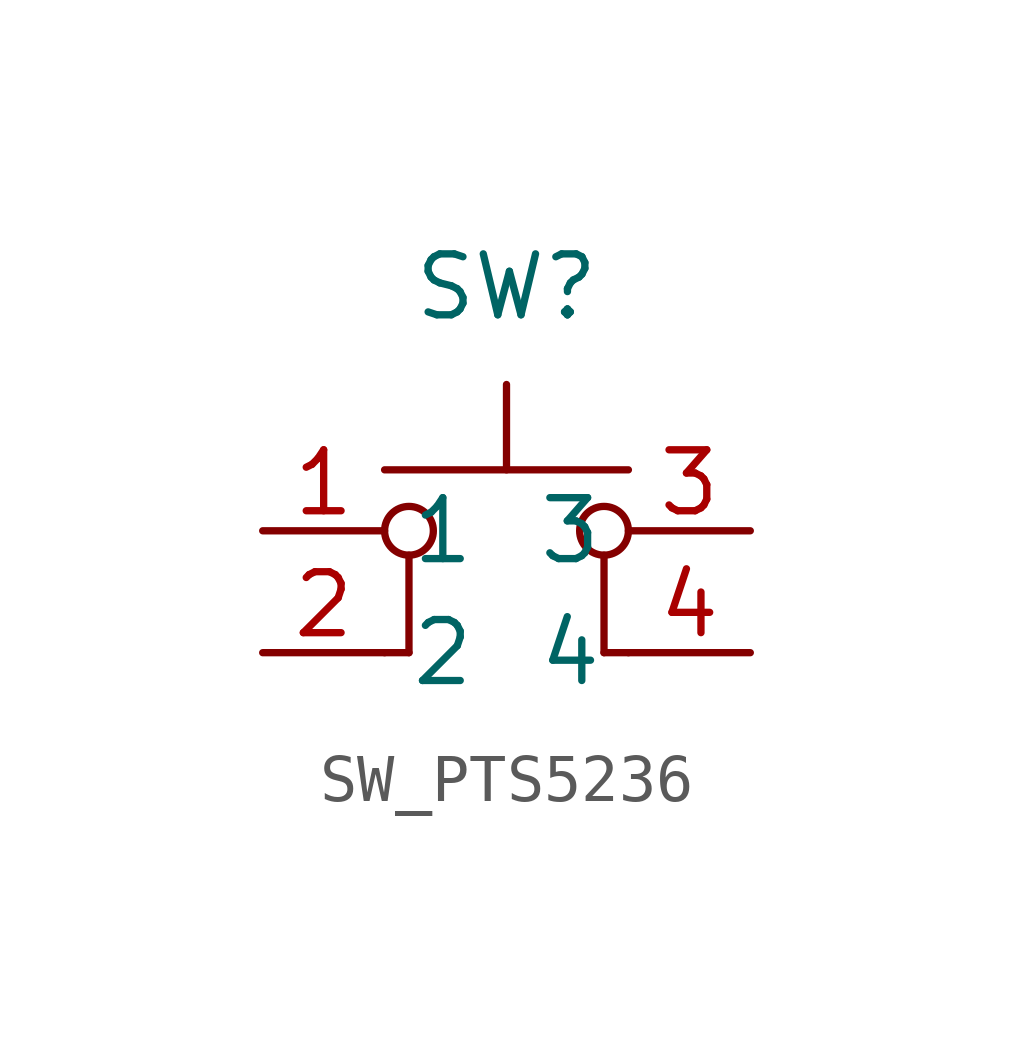
<source format=kicad_sym>
(kicad_symbol_lib
  (version 20231120)
  (generator "kicad_symbol_editor")
  (generator_version "8.0")
  (symbol "SW_PTS5236"
    (property "Reference" "SW"
      (at 0 0 0)
      (effects (font (size 1.27 1.27))))
    (property "Value" ""
      (at 0 0 0)
      (effects (font (size 1.27 1.27))))
    (symbol "SW_PTS5236_0_1"
      (circle (center -2.032 -5.08) (radius 0.508) (stroke (width 0) (type default)) (fill (type none)))
      (polyline (pts (xy -2.54 -7.62) (xy -2.032 -7.62)) (stroke (width 0) (type default)) (fill (type none)))
      (polyline (pts (xy -2.032 -5.588) (xy -2.032 -7.62)) (stroke (width 0) (type default)) (fill (type none)))
      (polyline (pts (xy 0 -3.81) (xy 0 -2.032)) (stroke (width 0) (type default)) (fill (type none)))
      (polyline (pts (xy 2.032 -5.588) (xy 2.032 -7.62)) (stroke (width 0) (type default)) (fill (type none)))
      (polyline (pts (xy 2.54 -7.62) (xy 2.032 -7.62)) (stroke (width 0) (type default)) (fill (type none)))
      (polyline (pts (xy 2.54 -3.81) (xy -2.54 -3.81)) (stroke (width 0) (type default)) (fill (type none)))
      (circle (center 2.032 -5.08) (radius 0.508) (stroke (width 0) (type default)) (fill (type none)))
      (pin passive line (at -5.08 -5.08 0) (length 2.54) (name "1" (effects (font (size 1.27 1.27)))) (number "1" (effects (font (size 1.27 1.27))))))
    (symbol "SW_PTS5236_1_1"
      (pin passive line (at -5.08 -7.62 0) (length 2.54) (name "2" (effects (font (size 1.27 1.27)))) (number "2" (effects (font (size 1.27 1.27)))))
      (pin passive line (at 5.08 -5.08 180) (length 2.54) (name "3" (effects (font (size 1.27 1.27)))) (number "3" (effects (font (size 1.27 1.27)))))
      (pin passive line (at 5.08 -7.62 180) (length 2.54) (name "4" (effects (font (size 1.27 1.27)))) (number "4" (effects (font (size 1.27 1.27))))))))
</source>
